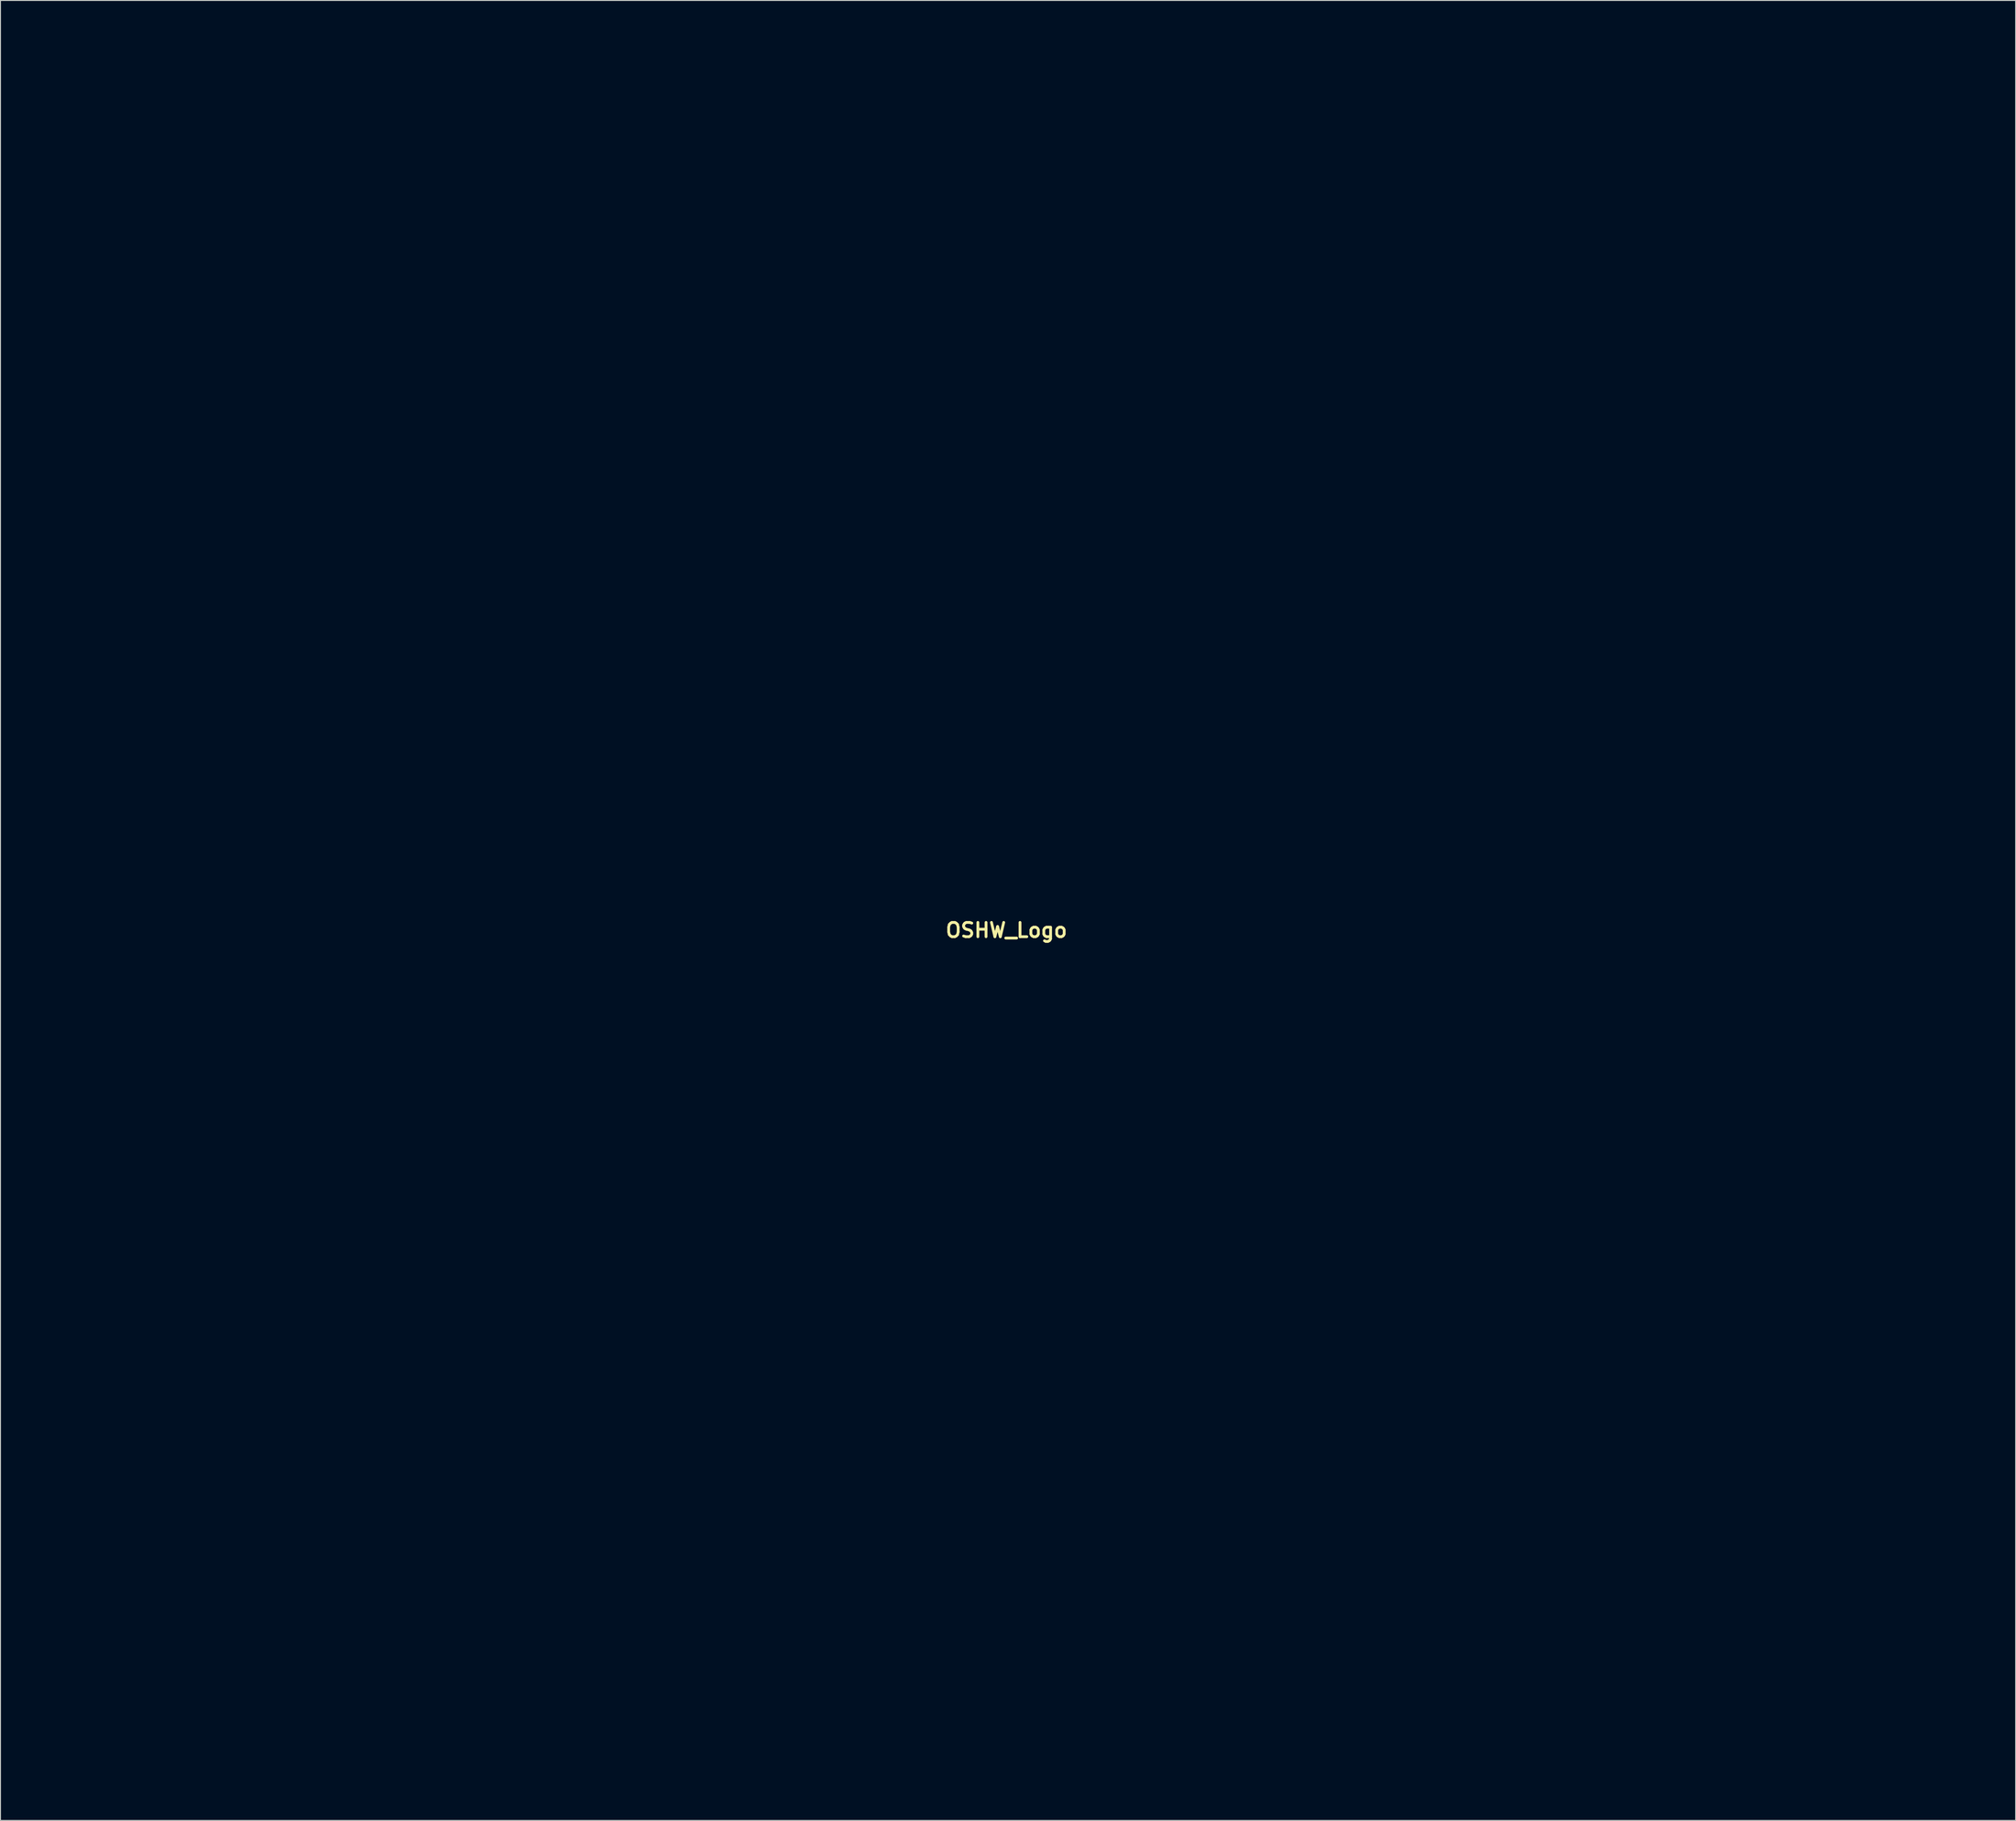
<source format=kicad_pcb>
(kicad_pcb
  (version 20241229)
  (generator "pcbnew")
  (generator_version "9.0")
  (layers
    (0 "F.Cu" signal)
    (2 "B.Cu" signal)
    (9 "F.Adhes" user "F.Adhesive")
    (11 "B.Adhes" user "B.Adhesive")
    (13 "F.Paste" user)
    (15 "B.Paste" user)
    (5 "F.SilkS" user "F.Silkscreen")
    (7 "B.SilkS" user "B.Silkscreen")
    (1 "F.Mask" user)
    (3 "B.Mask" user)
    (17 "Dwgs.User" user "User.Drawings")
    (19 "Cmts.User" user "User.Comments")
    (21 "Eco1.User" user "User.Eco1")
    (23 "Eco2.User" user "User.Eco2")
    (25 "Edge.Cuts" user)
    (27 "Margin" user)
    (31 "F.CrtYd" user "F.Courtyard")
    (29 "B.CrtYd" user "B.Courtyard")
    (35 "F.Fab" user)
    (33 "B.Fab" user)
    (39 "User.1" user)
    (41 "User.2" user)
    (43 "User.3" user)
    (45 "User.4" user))
  (footprint "OSHW_Logo"
    (layer "F.Cu")
    (at 104.427 96.308)
    (property "Reference" "OSHW_Logo" (at 0 0 0) (layer "F.SilkS") (effects (font (size 1.524 1.524) (thickness 0.3))))
    (attr through_hole)
    (fp_poly (pts (xy 3.196 -96.295) (xy 6.048 -96.273) (xy 8.607 -96.24) (xy 10.795 -96.197) (xy 12.533 -96.146) (xy 13.743 -96.088) (xy 14.344 -96.025) (xy 14.39 -96.009) (xy 14.569 -95.592) (xy 14.856 -94.529) (xy 15.241 -92.867) (xy 15.713 -90.655) (xy 16.262 -87.941) (xy 16.878 -84.775) (xy 17.424 -81.885) (xy 17.997 -78.847) (xy 18.542 -76.023) (xy 19.043 -73.49) (xy 19.486 -71.322) (xy 19.854 -69.597) (xy 20.132 -68.39) (xy 20.304 -67.778) (xy 20.333 -67.72) (xy 20.767 -67.474) (xy 21.747 -67.02) (xy 23.172 -66.397) (xy 24.944 -65.645) (xy 26.962 -64.806) (xy 29.128 -63.918) (xy 31.342 -63.023) (xy 33.503 -62.161) (xy 35.513 -61.372) (xy 37.272 -60.696) (xy 38.681 -60.173) (xy 39.639 -59.844) (xy 40.047 -59.749) (xy 40.047 -59.75) (xy 40.416 -59.977) (xy 41.3 -60.56) (xy 42.635 -61.457) (xy 44.356 -62.621) (xy 46.397 -64.01) (xy 48.693 -65.578) (xy 51.18 -67.283) (xy 51.782 -67.697) (xy 54.312 -69.425) (xy 56.677 -71.02) (xy 58.812 -72.439) (xy 60.649 -73.638) (xy 62.121 -74.575) (xy 63.164 -75.204) (xy 63.708 -75.484) (xy 63.756 -75.494) (xy 64.153 -75.251) (xy 64.972 -74.563) (xy 66.147 -73.498) (xy 67.612 -72.121) (xy 69.3 -70.499) (xy 71.146 -68.697) (xy 73.083 -66.781) (xy 75.046 -64.819) (xy 76.969 -62.875) (xy 78.785 -61.016) (xy 80.429 -59.307) (xy 81.834 -57.815) (xy 82.935 -56.607) (xy 83.665 -55.747) (xy 83.958 -55.302) (xy 83.961 -55.282) (xy 83.767 -54.857) (xy 83.214 -53.921) (xy 82.346 -52.544) (xy 81.209 -50.792) (xy 79.846 -48.734) (xy 78.302 -46.44) (xy 76.621 -43.976) (xy 76.513 -43.819) (xy 74.812 -41.338) (xy 73.229 -39.018) (xy 71.811 -36.927) (xy 70.605 -35.136) (xy 69.657 -33.714) (xy 69.014 -32.73) (xy 68.724 -32.253) (xy 68.72 -32.245) (xy 68.666 -31.917) (xy 68.744 -31.373) (xy 68.979 -30.546) (xy 69.395 -29.369) (xy 70.017 -27.777) (xy 70.867 -25.704) (xy 71.972 -23.082) (xy 72.552 -21.719) (xy 73.682 -19.107) (xy 74.723 -16.77) (xy 75.641 -14.78) (xy 76.401 -13.21) (xy 76.969 -12.134) (xy 77.309 -11.626) (xy 77.341 -11.601) (xy 77.817 -11.463) (xy 78.906 -11.215) (xy 80.529 -10.873) (xy 82.605 -10.452) (xy 85.053 -9.969) (xy 87.794 -9.441) (xy 90.747 -8.884) (xy 91.07 -8.824) (xy 94.455 -8.182) (xy 97.434 -7.596) (xy 99.958 -7.076) (xy 101.974 -6.634) (xy 103.43 -6.282) (xy 104.277 -6.029) (xy 104.476 -5.923) (xy 104.54 -5.479) (xy 104.599 -4.41) (xy 104.652 -2.792) (xy 104.697 -0.705) (xy 104.733 1.772) (xy 104.757 4.56) (xy 104.769 7.58) (xy 104.77 8.335) (xy 104.767 11.913) (xy 104.756 14.847) (xy 104.734 17.2) (xy 104.698 19.033) (xy 104.646 20.409) (xy 104.578 21.389) (xy 104.489 22.035) (xy 104.378 22.41) (xy 104.277 22.552) (xy 103.826 22.708) (xy 102.761 22.972) (xy 101.164 23.326) (xy 99.116 23.754) (xy 96.698 24.237) (xy 93.991 24.76) (xy 91.137 25.294) (xy 87.931 25.896) (xy 85.055 26.457) (xy 82.574 26.964) (xy 80.551 27.404) (xy 79.052 27.761) (xy 78.142 28.023) (xy 77.898 28.134) (xy 77.618 28.582) (xy 77.133 29.582) (xy 76.48 31.038) (xy 75.699 32.853) (xy 74.828 34.931) (xy 73.906 37.175) (xy 72.971 39.489) (xy 72.063 41.776) (xy 71.221 43.941) (xy 70.482 45.886) (xy 69.887 47.516) (xy 69.473 48.734) (xy 69.279 49.444) (xy 69.275 49.572) (xy 69.507 49.955) (xy 70.094 50.852) (xy 70.989 52.193) (xy 72.146 53.911) (xy 73.521 55.937) (xy 75.066 58.205) (xy 76.702 60.596) (xy 78.367 63.041) (xy 79.898 65.324) (xy 81.249 67.373) (xy 82.376 69.12) (xy 83.233 70.495) (xy 83.777 71.428) (xy 83.961 71.846) (xy 83.718 72.24) (xy 83.032 73.057) (xy 81.97 74.23) (xy 80.597 75.694) (xy 78.979 77.383) (xy 77.182 79.23) (xy 75.271 81.169) (xy 73.314 83.135) (xy 71.376 85.06) (xy 69.521 86.88) (xy 67.818 88.527) (xy 66.331 89.936) (xy 65.126 91.041) (xy 64.269 91.775) (xy 63.826 92.072) (xy 63.805 92.075) (xy 63.397 91.881) (xy 62.478 91.33) (xy 61.118 90.466) (xy 59.385 89.334) (xy 57.348 87.979) (xy 55.076 86.447) (xy 52.727 84.843) (xy 50.291 83.181) (xy 48.02 81.654) (xy 45.985 80.306) (xy 44.253 79.183) (xy 42.896 78.329) (xy 41.981 77.791) (xy 41.584 77.611) (xy 41.069 77.772) (xy 40.062 78.216) (xy 38.691 78.881) (xy 37.083 79.709) (xy 36.344 80.103) (xy 34.569 81.024) (xy 33.022 81.762) (xy 31.818 82.265) (xy 31.073 82.482) (xy 30.96 82.484) (xy 30.78 82.387) (xy 30.547 82.115) (xy 30.241 81.624) (xy 29.843 80.871) (xy 29.334 79.815) (xy 28.696 78.411) (xy 27.909 76.618) (xy 26.953 74.393) (xy 25.811 71.692) (xy 24.463 68.473) (xy 22.89 64.693) (xy 21.073 60.31) (xy 20.754 59.539) (xy 19.185 55.731) (xy 17.702 52.107) (xy 16.328 48.72) (xy 15.084 45.625) (xy 13.991 42.874) (xy 13.07 40.522) (xy 12.343 38.621) (xy 11.83 37.226) (xy 11.553 36.391) (xy 11.511 36.167) (xy 11.871 35.757) (xy 12.689 35.057) (xy 13.836 34.174) (xy 14.943 33.377) (xy 17.87 31.22) (xy 20.261 29.183) (xy 22.236 27.131) (xy 23.919 24.93) (xy 25.43 22.448) (xy 26.171 21.036) (xy 27.83 16.978) (xy 28.825 12.789) (xy 29.165 8.538) (xy 28.863 4.299) (xy 27.928 0.14) (xy 26.372 -3.865) (xy 24.205 -7.646) (xy 21.439 -11.132) (xy 21.227 -11.36) (xy 17.918 -14.387) (xy 14.223 -16.846) (xy 10.094 -18.767) (xy 8.101 -19.458) (xy 6.94 -19.793) (xy 5.845 -20.026) (xy 4.643 -20.172) (xy 3.16 -20.252) (xy 1.222 -20.282) (xy 0.176 -20.285) (xy -2.02 -20.27) (xy -3.685 -20.214) (xy -4.994 -20.099) (xy -6.12 -19.906) (xy -7.238 -19.617) (xy -7.761 -19.458) (xy -12.066 -17.763) (xy -15.975 -15.508) (xy -19.447 -12.725) (xy -22.441 -9.449) (xy -24.917 -5.715) (xy -25.602 -4.41) (xy -27.031 -1.156) (xy -27.97 1.925) (xy -28.482 5.1) (xy -28.63 8.467) (xy -28.293 12.985) (xy -27.292 17.296) (xy -25.647 21.355) (xy -23.374 25.117) (xy -20.559 28.47) (xy -19.296 29.651) (xy -17.655 31.027) (xy -15.851 32.434) (xy -14.096 33.706) (xy -12.603 34.677) (xy -12.421 34.784) (xy -11.609 35.402) (xy -11.12 36.06) (xy -11.089 36.156) (xy -11.189 36.62) (xy -11.553 37.697) (xy -12.164 39.352) (xy -13.011 41.55) (xy -14.077 44.256) (xy -15.35 47.434) (xy -16.816 51.048) (xy -18.461 55.063) (xy -20.088 59.006) (xy -21.646 62.763) (xy -23.131 66.339) (xy -24.521 69.681) (xy -25.792 72.731) (xy -26.921 75.435) (xy -27.886 77.738) (xy -28.663 79.585) (xy -29.229 80.92) (xy -29.561 81.688) (xy -29.635 81.848) (xy -30.207 82.411) (xy -30.68 82.55) (xy -31.215 82.389) (xy -32.24 81.944) (xy -33.626 81.277) (xy -35.245 80.447) (xy -35.997 80.047) (xy -38.067 78.972) (xy -39.7 78.208) (xy -40.842 77.778) (xy -41.401 77.697) (xy -41.897 77.935) (xy -42.879 78.521) (xy -44.256 79.395) (xy -45.937 80.499) (xy -47.83 81.774) (xy -49.036 82.601) (xy -52.294 84.849) (xy -55.022 86.723) (xy -57.267 88.256) (xy -59.078 89.48) (xy -60.501 90.424) (xy -61.586 91.122) (xy -62.379 91.604) (xy -62.929 91.902) (xy -63.284 92.047) (xy -63.445 92.075) (xy -63.811 91.833) (xy -64.616 91.144) (xy -65.801 90.062) (xy -67.311 88.642) (xy -69.087 86.936) (xy -71.072 85) (xy -73.208 82.889) (xy -73.63 82.468) (xy -75.782 80.31) (xy -77.777 78.29) (xy -79.559 76.466) (xy -81.071 74.895) (xy -82.259 73.636) (xy -83.066 72.747) (xy -83.437 72.284) (xy -83.454 72.251) (xy -83.516 72.044) (xy -83.538 71.833) (xy -83.484 71.56) (xy -83.318 71.168) (xy -83.004 70.599) (xy -82.508 69.797) (xy -81.794 68.704) (xy -80.826 67.262) (xy -79.569 65.415) (xy -77.986 63.106) (xy -76.044 60.276) (xy -75.867 60.018) (xy -74.225 57.613) (xy -72.718 55.378) (xy -71.391 53.382) (xy -70.289 51.696) (xy -69.459 50.389) (xy -68.946 49.53) (xy -68.792 49.199) (xy -68.919 48.755) (xy -69.278 47.74) (xy -69.839 46.238) (xy -70.569 44.332) (xy -71.437 42.106) (xy -72.41 39.644) (xy -72.896 38.424) (xy -74.128 35.369) (xy -75.138 32.92) (xy -75.953 31.023) (xy -76.597 29.622) (xy -77.095 28.662) (xy -77.473 28.089) (xy -77.747 27.851) (xy -78.258 27.717) (xy -79.379 27.473) (xy -81.028 27.136) (xy -83.119 26.724) (xy -85.569 26.251) (xy -88.294 25.736) (xy -90.978 25.237) (xy -93.869 24.696) (xy -96.551 24.177) (xy -98.94 23.7) (xy -100.956 23.279) (xy -102.517 22.933) (xy -103.542 22.678) (xy -103.942 22.537) (xy -104.067 22.317) (xy -104.169 21.843) (xy -104.251 21.056) (xy -104.314 19.896) (xy -104.361 18.304) (xy -104.393 16.218) (xy -104.412 13.579) (xy -104.421 10.328) (xy -104.422 8.255) (xy -104.422 -5.628) (xy -103.628 -6.118) (xy -103.109 -6.292) (xy -101.977 -6.571) (xy -100.316 -6.94) (xy -98.208 -7.38) (xy -95.737 -7.874) (xy -92.985 -8.405) (xy -90.036 -8.955) (xy -89.958 -8.97) (xy -87.022 -9.517) (xy -84.298 -10.043) (xy -81.865 -10.531) (xy -79.803 -10.963) (xy -78.192 -11.324) (xy -77.113 -11.595) (xy -76.644 -11.761) (xy -76.639 -11.766) (xy -76.383 -12.201) (xy -75.901 -13.187) (xy -75.238 -14.623) (xy -74.435 -16.409) (xy -73.537 -18.444) (xy -72.586 -20.628) (xy -71.626 -22.861) (xy -70.699 -25.042) (xy -69.85 -27.07) (xy -69.121 -28.846) (xy -68.555 -30.269) (xy -68.197 -31.239) (xy -68.086 -31.639) (xy -68.28 -32.043) (xy -68.833 -32.96) (xy -69.7 -34.323) (xy -70.839 -36.065) (xy -72.205 -38.119) (xy -73.754 -40.418) (xy -75.444 -42.896) (xy -75.712 -43.288) (xy -77.427 -45.796) (xy -79.017 -48.142) (xy -80.437 -50.259) (xy -81.641 -52.077) (xy -82.585 -53.529) (xy -83.223 -54.547) (xy -83.511 -55.063) (xy -83.521 -55.091) (xy -83.468 -55.376) (xy -83.18 -55.856) (xy -82.617 -56.573) (xy -81.743 -57.566) (xy -80.519 -58.878) (xy -78.909 -60.55) (xy -76.874 -62.623) (xy -74.377 -65.138) (xy -73.875 -65.642) (xy -71.374 -68.133) (xy -69.142 -70.321) (xy -67.217 -72.171) (xy -65.638 -73.648) (xy -64.443 -74.717) (xy -63.668 -75.34) (xy -63.38 -75.494) (xy -62.947 -75.301) (xy -62.003 -74.748) (xy -60.616 -73.881) (xy -58.854 -72.744) (xy -56.785 -71.38) (xy -54.477 -69.835) (xy -52 -68.151) (xy -51.73 -67.966) (xy -49.229 -66.255) (xy -46.887 -64.659) (xy -44.774 -63.224) (xy -42.959 -61.998) (xy -41.51 -61.027) (xy -40.499 -60.358) (xy -39.993 -60.038) (xy -39.976 -60.029) (xy -39.666 -59.935) (xy -39.213 -59.948) (xy -38.538 -60.095) (xy -37.565 -60.4) (xy -36.217 -60.89) (xy -34.419 -61.589) (xy -32.092 -62.522) (xy -30.451 -63.19) (xy -27.544 -64.376) (xy -25.223 -65.33) (xy -23.419 -66.085) (xy -22.065 -66.672) (xy -21.092 -67.125) (xy -20.431 -67.476) (xy -20.015 -67.759) (xy -19.775 -68.006) (xy -19.644 -68.25) (xy -19.587 -68.414) (xy -19.475 -68.907) (xy -19.25 -70.013) (xy -18.929 -71.652) (xy -18.527 -73.741) (xy -18.058 -76.2) (xy -17.54 -78.949) (xy -16.988 -81.906) (xy -16.931 -82.211) (xy -16.371 -85.175) (xy -15.836 -87.931) (xy -15.34 -90.398) (xy -14.901 -92.498) (xy -14.536 -94.151) (xy -14.262 -95.277) (xy -14.094 -95.797) (xy -14.082 -95.814) (xy -13.872 -95.942) (xy -13.433 -96.047) (xy -12.704 -96.13) (xy -11.623 -96.194) (xy -10.128 -96.242) (xy -8.157 -96.274) (xy -5.65 -96.293) (xy -2.544 -96.302) (xy 0.131 -96.303) (xy 3.196 -96.295)) (stroke (width 0.01) (type solid)) (fill yes) (layer "F.Mask")))
  (gr_rect
    (start -3 -3)
    (end 212.202 191.388)
    (stroke (width 0.1) (type default))
    (fill no)
    (layer "Edge.Cuts")))
</source>
